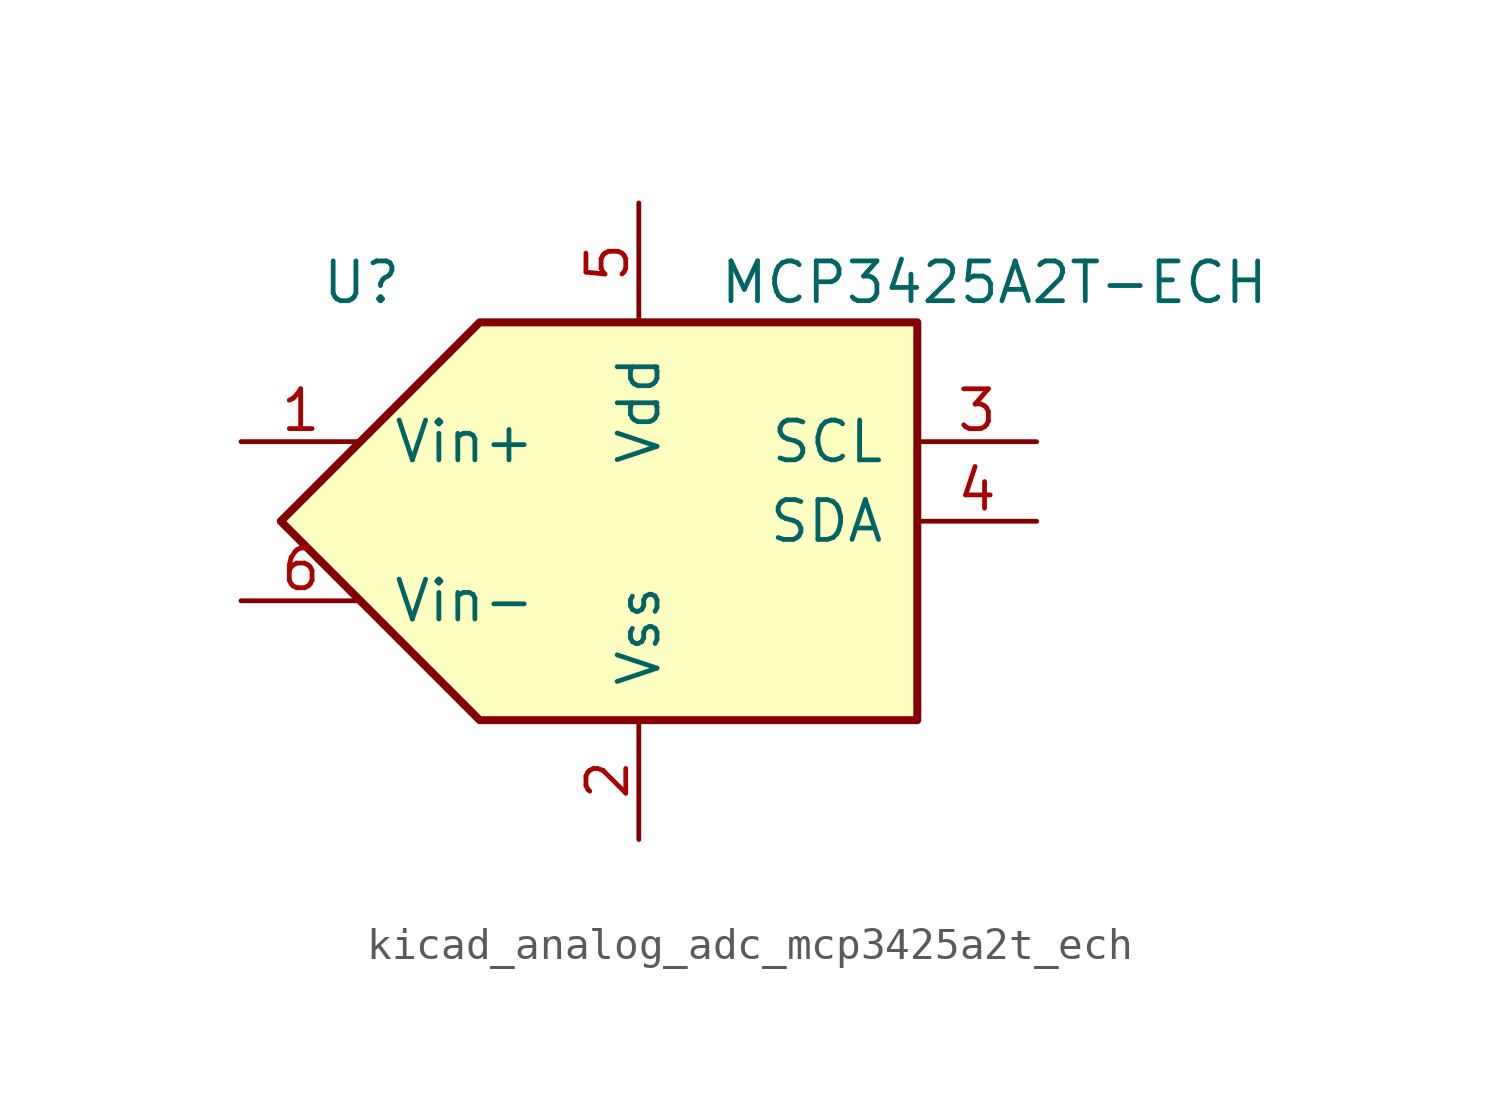
<source format=kicad_sym>
(kicad_symbol_lib
  (version 20220914)
  (generator kicad_symbol_editor)
  (symbol "kicad_analog_adc_mcp3425a2t_ech"
    (pin_names
      (offset 1.016))
    (property "Reference" "U"
      (at -10.16 7.62 0)
      (effects (font (size 1.27 1.27)) (justify left)))
    (property "Value" "MCP3425A2T-ECH"
      (at 2.54 7.62 0)
      (effects (font (size 1.27 1.27)) (justify left)))
    (symbol "kicad_analog_adc_mcp3425a2t_ech_0_1"
      (polyline (pts (xy -5.08 6.35) (xy 8.89 6.35) (xy 8.89 0) (xy 8.89 -6.35) (xy -5.08 -6.35) (xy -11.43 0) (xy -5.08 6.35)) (stroke (width 0.254) (type default)) (fill (type background))))
    (symbol "kicad_analog_adc_mcp3425a2t_ech_1_1"
      (pin passive line (at -12.7 2.54 0) (length 3.81) (name "Vin+" (effects (font (size 1.27 1.27)))) (number "1" (effects (font (size 1.27 1.27)))))
      (pin power_in line (at 0 -10.16 90) (length 3.81) (name "Vss" (effects (font (size 1.27 1.27)))) (number "2" (effects (font (size 1.27 1.27)))))
      (pin input line (at 12.7 2.54 180) (length 3.81) (name "SCL" (effects (font (size 1.27 1.27)))) (number "3" (effects (font (size 1.27 1.27)))))
      (pin bidirectional line (at 12.7 0 180) (length 3.81) (name "SDA" (effects (font (size 1.27 1.27)))) (number "4" (effects (font (size 1.27 1.27)))))
      (pin power_in line (at 0 10.16 270) (length 3.81) (name "Vdd" (effects (font (size 1.27 1.27)))) (number "5" (effects (font (size 1.27 1.27)))))
      (pin passive line (at -12.7 -2.54 0) (length 3.81) (name "Vin-" (effects (font (size 1.27 1.27)))) (number "6" (effects (font (size 1.27 1.27))))))))
</source>
